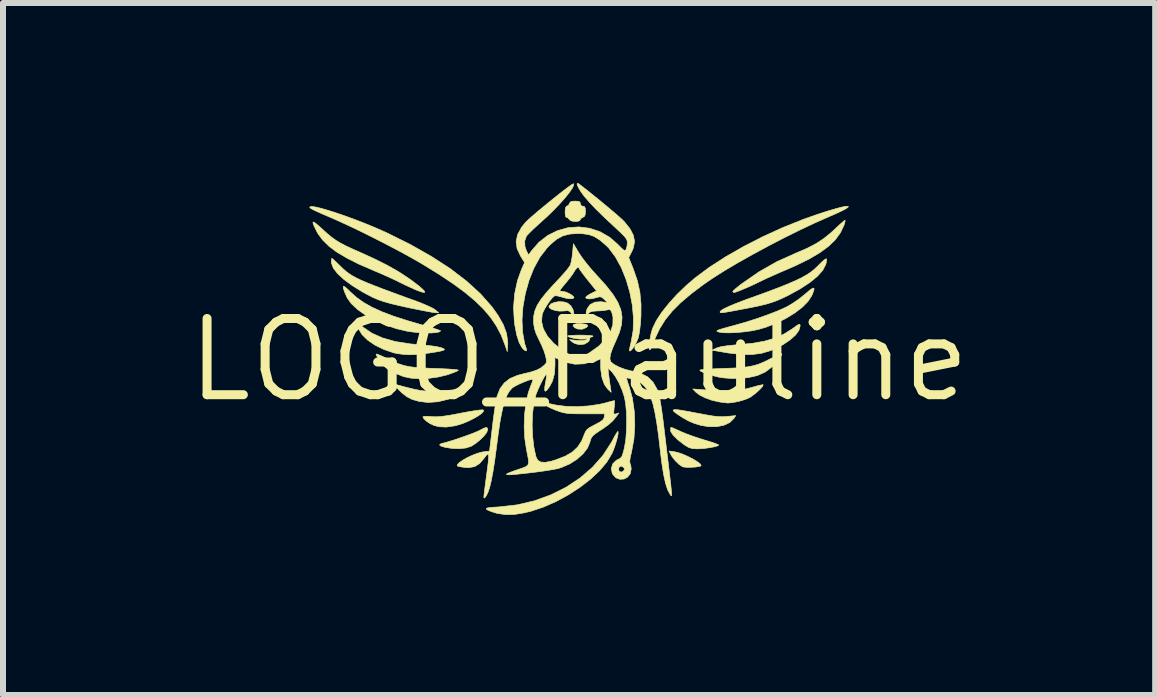
<source format=kicad_pcb>
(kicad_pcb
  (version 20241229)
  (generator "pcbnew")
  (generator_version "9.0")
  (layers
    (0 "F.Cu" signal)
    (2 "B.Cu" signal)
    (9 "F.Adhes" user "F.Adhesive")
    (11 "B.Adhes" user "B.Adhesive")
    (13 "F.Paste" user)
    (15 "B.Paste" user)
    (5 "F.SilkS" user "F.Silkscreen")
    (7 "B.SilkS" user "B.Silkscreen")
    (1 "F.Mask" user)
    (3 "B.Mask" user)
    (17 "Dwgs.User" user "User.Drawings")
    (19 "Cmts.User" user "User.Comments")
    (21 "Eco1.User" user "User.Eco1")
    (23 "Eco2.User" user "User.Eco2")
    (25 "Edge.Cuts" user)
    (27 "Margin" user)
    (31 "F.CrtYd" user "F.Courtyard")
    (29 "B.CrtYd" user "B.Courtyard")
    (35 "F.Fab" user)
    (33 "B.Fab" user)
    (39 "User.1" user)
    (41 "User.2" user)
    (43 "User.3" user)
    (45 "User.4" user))
  (footprint "LOGO_Pauline"
    (layer "F.Cu")
    (at 6.599 2.947)
    (property "Reference" "LOGO_Pauline" (at 0 0 0) (layer "F.SilkS") (effects (font (size 1.27 1.27) (thickness 0.15))))
    (attr through_hole)
    (fp_poly (pts (xy 0.101 -0.597) (xy 0.14 -0.582) (xy 0.14 -0.559) (xy 0.118 -0.538) (xy 0.05 -0.511) (xy -0.025 -0.515) (xy -0.073 -0.537) (xy -0.101 -0.568) (xy -0.09 -0.591) (xy -0.042 -0.604) (xy 0.021 -0.605) (xy 0.101 -0.597)) (stroke (width 0.01) (type solid)) (fill yes) (layer "F.SilkS"))
    (fp_poly (pts (xy 1.585 1.529) (xy 1.652 1.545) (xy 1.732 1.573) (xy 1.815 1.61) (xy 1.895 1.65) (xy 1.963 1.691) (xy 2.012 1.728) (xy 2.033 1.756) (xy 2.03 1.766) (xy 2 1.776) (xy 1.941 1.785) (xy 1.869 1.789) (xy 1.799 1.79) (xy 1.744 1.785) (xy 1.725 1.781) (xy 1.667 1.742) (xy 1.604 1.681) (xy 1.549 1.611) (xy 1.53 1.58) (xy 1.499 1.518) (xy 1.585 1.529)) (stroke (width 0.01) (type solid)) (fill yes) (layer "F.SilkS"))
    (fp_poly (pts (xy -0.253 -0.966) (xy -0.191 -0.946) (xy -0.139 -0.903) (xy -0.102 -0.842) (xy -0.087 -0.78) (xy -0.089 -0.767) (xy -0.097 -0.746) (xy -0.114 -0.757) (xy -0.13 -0.779) (xy -0.158 -0.81) (xy -0.192 -0.821) (xy -0.248 -0.816) (xy -0.259 -0.815) (xy -0.328 -0.813) (xy -0.398 -0.823) (xy -0.458 -0.843) (xy -0.496 -0.869) (xy -0.503 -0.894) (xy -0.47 -0.933) (xy -0.409 -0.959) (xy -0.332 -0.971) (xy -0.253 -0.966)) (stroke (width 0.01) (type solid)) (fill yes) (layer "F.SilkS"))
    (fp_poly (pts (xy 1.64 0.83) (xy 1.726 0.843) (xy 1.849 0.865) (xy 1.985 0.891) (xy 2.124 0.917) (xy 2.232 0.935) (xy 2.317 0.944) (xy 2.388 0.947) (xy 2.456 0.943) (xy 2.464 0.942) (xy 2.611 0.928) (xy 2.578 0.977) (xy 2.51 1.044) (xy 2.412 1.089) (xy 2.291 1.113) (xy 2.155 1.112) (xy 2.027 1.09) (xy 1.92 1.058) (xy 1.825 1.018) (xy 1.726 0.962) (xy 1.667 0.924) (xy 1.609 0.884) (xy 1.575 0.855) (xy 1.567 0.836) (xy 1.588 0.828) (xy 1.64 0.83)) (stroke (width 0.01) (type solid)) (fill yes) (layer "F.SilkS"))
    (fp_poly (pts (xy -3.048 0.411) (xy -2.889 0.454) (xy -2.76 0.486) (xy -2.652 0.508) (xy -2.555 0.52) (xy -2.458 0.525) (xy -2.353 0.522) (xy -2.228 0.512) (xy -2.074 0.497) (xy -2.048 0.494) (xy -1.97 0.49) (xy -1.932 0.499) (xy -1.935 0.521) (xy -1.978 0.556) (xy -2.022 0.583) (xy -2.178 0.654) (xy -2.349 0.697) (xy -2.522 0.709) (xy -2.667 0.691) (xy -2.78 0.659) (xy -2.869 0.614) (xy -2.953 0.548) (xy -3.006 0.496) (xy -3.054 0.444) (xy -3.076 0.416) (xy -3.072 0.407) (xy -3.048 0.411)) (stroke (width 0.01) (type solid)) (fill yes) (layer "F.SilkS"))
    (fp_poly (pts (xy -1.529 1.134) (xy -1.524 1.165) (xy -1.524 1.168) (xy -1.54 1.21) (xy -1.584 1.267) (xy -1.646 1.329) (xy -1.717 1.387) (xy -1.789 1.434) (xy -1.798 1.439) (xy -1.888 1.468) (xy -2.004 1.479) (xy -2.132 1.473) (xy -2.238 1.455) (xy -2.303 1.435) (xy -2.325 1.416) (xy -2.305 1.398) (xy -2.27 1.388) (xy -2.189 1.366) (xy -2.087 1.335) (xy -1.975 1.297) (xy -1.864 1.258) (xy -1.764 1.221) (xy -1.687 1.189) (xy -1.654 1.173) (xy -1.586 1.138) (xy -1.547 1.125) (xy -1.529 1.134)) (stroke (width 0.01) (type solid)) (fill yes) (layer "F.SilkS"))
    (fp_poly (pts (xy 1.553 1.13) (xy 1.603 1.152) (xy 1.673 1.183) (xy 1.696 1.194) (xy 1.784 1.231) (xy 1.896 1.272) (xy 2.016 1.312) (xy 2.09 1.335) (xy 2.183 1.363) (xy 2.259 1.388) (xy 2.31 1.408) (xy 2.328 1.418) (xy 2.309 1.432) (xy 2.258 1.447) (xy 2.186 1.461) (xy 2.103 1.473) (xy 2.019 1.48) (xy 1.968 1.482) (xy 1.887 1.477) (xy 1.826 1.459) (xy 1.761 1.42) (xy 1.755 1.416) (xy 1.644 1.33) (xy 1.568 1.256) (xy 1.529 1.196) (xy 1.524 1.171) (xy 1.527 1.133) (xy 1.532 1.122) (xy 1.553 1.13)) (stroke (width 0.01) (type solid)) (fill yes) (layer "F.SilkS"))
    (fp_poly (pts (xy 3.683 -0.578) (xy 3.683 -0.564) (xy 3.663 -0.493) (xy 3.607 -0.415) (xy 3.517 -0.335) (xy 3.399 -0.255) (xy 3.342 -0.224) (xy 3.191 -0.155) (xy 3.039 -0.11) (xy 2.877 -0.089) (xy 2.697 -0.091) (xy 2.49 -0.115) (xy 2.424 -0.126) (xy 2.212 -0.162) (xy 2.293 -0.199) (xy 2.364 -0.22) (xy 2.475 -0.237) (xy 2.623 -0.252) (xy 2.656 -0.254) (xy 2.89 -0.277) (xy 3.089 -0.312) (xy 3.261 -0.362) (xy 3.412 -0.43) (xy 3.55 -0.516) (xy 3.558 -0.522) (xy 3.622 -0.568) (xy 3.659 -0.591) (xy 3.677 -0.594) (xy 3.683 -0.578)) (stroke (width 0.01) (type solid)) (fill yes) (layer "F.SilkS"))
    (fp_poly (pts (xy -1.594 0.834) (xy -1.594 0.859) (xy -1.627 0.894) (xy -1.686 0.936) (xy -1.764 0.98) (xy -1.853 1.024) (xy -1.946 1.062) (xy -2.037 1.09) (xy -2.07 1.098) (xy -2.214 1.119) (xy -2.336 1.113) (xy -2.42 1.091) (xy -2.484 1.061) (xy -2.543 1.021) (xy -2.587 0.98) (xy -2.603 0.948) (xy -2.584 0.941) (xy -2.534 0.94) (xy -2.467 0.944) (xy -2.404 0.948) (xy -2.336 0.946) (xy -2.253 0.937) (xy -2.148 0.921) (xy -2.013 0.896) (xy -1.97 0.887) (xy -1.852 0.865) (xy -1.748 0.848) (xy -1.665 0.836) (xy -1.611 0.832) (xy -1.594 0.834)) (stroke (width 0.01) (type solid)) (fill yes) (layer "F.SilkS"))
    (fp_poly (pts (xy 3.067 0.414) (xy 3.061 0.435) (xy 3.03 0.473) (xy 2.981 0.521) (xy 2.925 0.569) (xy 2.868 0.611) (xy 2.847 0.625) (xy 2.772 0.658) (xy 2.674 0.687) (xy 2.572 0.709) (xy 2.485 0.718) (xy 2.467 0.717) (xy 2.421 0.712) (xy 2.353 0.703) (xy 2.32 0.697) (xy 2.21 0.671) (xy 2.102 0.632) (xy 2.01 0.586) (xy 1.946 0.538) (xy 1.945 0.537) (xy 1.895 0.484) (xy 2.117 0.501) (xy 2.319 0.514) (xy 2.488 0.516) (xy 2.632 0.507) (xy 2.762 0.488) (xy 2.878 0.458) (xy 2.959 0.435) (xy 3.023 0.42) (xy 3.061 0.413) (xy 3.067 0.414)) (stroke (width 0.01) (type solid)) (fill yes) (layer "F.SilkS"))
    (fp_poly (pts (xy -0.009 -2.642) (xy 0.016 -2.629) (xy 0.021 -2.603) (xy 0.036 -2.568) (xy 0.064 -2.561) (xy 0.091 -2.554) (xy 0.103 -2.526) (xy 0.106 -2.475) (xy 0.101 -2.415) (xy 0.084 -2.386) (xy 0.064 -2.377) (xy 0.029 -2.356) (xy 0.021 -2.336) (xy 0.003 -2.316) (xy -0.04 -2.307) (xy -0.092 -2.308) (xy -0.138 -2.319) (xy -0.162 -2.339) (xy -0.188 -2.367) (xy -0.203 -2.371) (xy -0.223 -2.386) (xy -0.232 -2.436) (xy -0.233 -2.466) (xy -0.228 -2.531) (xy -0.212 -2.559) (xy -0.204 -2.561) (xy -0.175 -2.579) (xy -0.163 -2.603) (xy -0.146 -2.632) (xy -0.108 -2.644) (xy -0.065 -2.646) (xy -0.009 -2.642)) (stroke (width 0.01) (type solid)) (fill yes) (layer "F.SilkS"))
    (fp_poly (pts (xy -3.675 -0.601) (xy -3.634 -0.574) (xy -3.6 -0.546) (xy -3.454 -0.446) (xy -3.275 -0.366) (xy -3.062 -0.306) (xy -2.814 -0.267) (xy -2.67 -0.254) (xy -2.51 -0.24) (xy -2.386 -0.224) (xy -2.3 -0.205) (xy -2.252 -0.185) (xy -2.244 -0.17) (xy -2.263 -0.159) (xy -2.316 -0.145) (xy -2.394 -0.131) (xy -2.488 -0.116) (xy -2.588 -0.103) (xy -2.687 -0.093) (xy -2.776 -0.087) (xy -2.83 -0.086) (xy -2.926 -0.092) (xy -3.026 -0.105) (xy -3.088 -0.118) (xy -3.253 -0.174) (xy -3.4 -0.246) (xy -3.523 -0.33) (xy -3.616 -0.421) (xy -3.666 -0.502) (xy -3.688 -0.558) (xy -3.698 -0.598) (xy -3.696 -0.608) (xy -3.675 -0.601)) (stroke (width 0.01) (type solid)) (fill yes) (layer "F.SilkS"))
    (fp_poly (pts (xy 0.11 -0.411) (xy 0.18 -0.407) (xy 0.224 -0.401) (xy 0.233 -0.397) (xy 0.216 -0.383) (xy 0.2 -0.381) (xy 0.178 -0.371) (xy 0.179 -0.361) (xy 0.175 -0.333) (xy 0.149 -0.297) (xy 0.088 -0.263) (xy 0.01 -0.254) (xy -0.067 -0.271) (xy -0.109 -0.296) (xy -0.159 -0.338) (xy -0.04 -0.325) (xy 0.051 -0.322) (xy 0.111 -0.333) (xy 0.119 -0.337) (xy 0.14 -0.352) (xy 0.127 -0.355) (xy 0.089 -0.348) (xy 0.039 -0.346) (xy -0.027 -0.351) (xy -0.095 -0.362) (xy -0.152 -0.377) (xy -0.186 -0.392) (xy -0.191 -0.399) (xy -0.171 -0.405) (xy -0.118 -0.409) (xy -0.04 -0.412) (xy 0.021 -0.413) (xy 0.11 -0.411)) (stroke (width 0.01) (type solid)) (fill yes) (layer "F.SilkS"))
    (fp_poly (pts (xy -3.898 -1.214) (xy -3.856 -1.177) (xy -3.809 -1.131) (xy -3.709 -1.041) (xy -3.591 -0.957) (xy -3.453 -0.879) (xy -3.289 -0.804) (xy -3.095 -0.73) (xy -2.866 -0.656) (xy -2.641 -0.59) (xy -2.529 -0.558) (xy -2.433 -0.53) (xy -2.36 -0.506) (xy -2.317 -0.49) (xy -2.307 -0.484) (xy -2.327 -0.467) (xy -2.38 -0.456) (xy -2.46 -0.449) (xy -2.558 -0.449) (xy -2.666 -0.454) (xy -2.776 -0.465) (xy -2.859 -0.477) (xy -3.045 -0.521) (xy -3.228 -0.583) (xy -3.4 -0.659) (xy -3.557 -0.745) (xy -3.69 -0.839) (xy -3.795 -0.937) (xy -3.864 -1.034) (xy -3.866 -1.039) (xy -3.907 -1.131) (xy -3.928 -1.194) (xy -3.928 -1.225) (xy -3.922 -1.228) (xy -3.898 -1.214)) (stroke (width 0.01) (type solid)) (fill yes) (layer "F.SilkS"))
    (fp_poly (pts (xy -3.358 -0.094) (xy -3.307 -0.073) (xy -3.237 -0.041) (xy -3.193 -0.019) (xy -3.094 0.029) (xy -3.007 0.065) (xy -2.923 0.092) (xy -2.833 0.112) (xy -2.729 0.125) (xy -2.602 0.134) (xy -2.443 0.141) (xy -2.408 0.142) (xy -2.283 0.147) (xy -2.175 0.152) (xy -2.089 0.159) (xy -2.032 0.165) (xy -2.011 0.171) (xy -2.011 0.172) (xy -2.03 0.185) (xy -2.08 0.207) (xy -2.152 0.233) (xy -2.185 0.245) (xy -2.337 0.283) (xy -2.498 0.306) (xy -2.657 0.313) (xy -2.803 0.304) (xy -2.921 0.279) (xy -3.062 0.224) (xy -3.173 0.166) (xy -3.248 0.106) (xy -3.251 0.103) (xy -3.3 0.043) (xy -3.342 -0.016) (xy -3.371 -0.065) (xy -3.382 -0.095) (xy -3.381 -0.098) (xy -3.358 -0.094)) (stroke (width 0.01) (type solid)) (fill yes) (layer "F.SilkS"))
    (fp_poly (pts (xy 3.378 -0.092) (xy 3.36 -0.055) (xy 3.324 -0.004) (xy 3.275 0.054) (xy 3.221 0.111) (xy 3.216 0.115) (xy 3.103 0.201) (xy 2.971 0.26) (xy 2.813 0.296) (xy 2.667 0.308) (xy 2.532 0.309) (xy 2.405 0.299) (xy 2.328 0.287) (xy 2.234 0.264) (xy 2.147 0.238) (xy 2.074 0.211) (xy 2.026 0.187) (xy 2.011 0.17) (xy 2.031 0.165) (xy 2.087 0.159) (xy 2.172 0.153) (xy 2.28 0.147) (xy 2.404 0.142) (xy 2.408 0.142) (xy 2.576 0.136) (xy 2.71 0.127) (xy 2.819 0.114) (xy 2.913 0.095) (xy 3 0.068) (xy 3.088 0.031) (xy 3.186 -0.018) (xy 3.197 -0.023) (xy 3.271 -0.061) (xy 3.332 -0.09) (xy 3.368 -0.105) (xy 3.373 -0.106) (xy 3.378 -0.092)) (stroke (width 0.01) (type solid)) (fill yes) (layer "F.SilkS"))
    (fp_poly (pts (xy 3.915 -1.194) (xy 3.912 -1.159) (xy 3.886 -1.091) (xy 3.876 -1.069) (xy 3.815 -0.975) (xy 3.719 -0.878) (xy 3.594 -0.782) (xy 3.447 -0.692) (xy 3.285 -0.612) (xy 3.114 -0.545) (xy 2.985 -0.507) (xy 2.877 -0.485) (xy 2.753 -0.468) (xy 2.625 -0.456) (xy 2.504 -0.451) (xy 2.403 -0.453) (xy 2.339 -0.462) (xy 2.307 -0.471) (xy 2.295 -0.481) (xy 2.308 -0.493) (xy 2.349 -0.508) (xy 2.422 -0.53) (xy 2.531 -0.56) (xy 2.561 -0.568) (xy 2.76 -0.624) (xy 2.956 -0.686) (xy 3.14 -0.751) (xy 3.304 -0.814) (xy 3.439 -0.874) (xy 3.471 -0.89) (xy 3.566 -0.947) (xy 3.67 -1.019) (xy 3.762 -1.093) (xy 3.773 -1.102) (xy 3.847 -1.165) (xy 3.894 -1.196) (xy 3.915 -1.194)) (stroke (width 0.01) (type solid)) (fill yes) (layer "F.SilkS"))
    (fp_poly (pts (xy -4.397 -2.282) (xy -4.339 -2.233) (xy -4.294 -2.193) (xy -4.207 -2.114) (xy -4.131 -2.05) (xy -4.058 -1.997) (xy -3.978 -1.948) (xy -3.884 -1.899) (xy -3.766 -1.844) (xy -3.641 -1.789) (xy -3.4 -1.679) (xy -3.194 -1.575) (xy -3.013 -1.473) (xy -2.851 -1.367) (xy -2.778 -1.315) (xy -2.673 -1.235) (xy -2.605 -1.176) (xy -2.572 -1.139) (xy -2.575 -1.124) (xy -2.613 -1.129) (xy -2.688 -1.155) (xy -2.731 -1.172) (xy -2.806 -1.206) (xy -2.901 -1.25) (xy -2.997 -1.297) (xy -3.016 -1.307) (xy -3.108 -1.351) (xy -3.222 -1.403) (xy -3.343 -1.456) (xy -3.429 -1.492) (xy -3.669 -1.596) (xy -3.869 -1.697) (xy -4.035 -1.795) (xy -4.168 -1.895) (xy -4.272 -1.997) (xy -4.351 -2.104) (xy -4.377 -2.152) (xy -4.417 -2.235) (xy -4.435 -2.284) (xy -4.429 -2.299) (xy -4.397 -2.282)) (stroke (width 0.01) (type solid)) (fill yes) (layer "F.SilkS"))
    (fp_poly (pts (xy 0.651 1.22) (xy 0.642 1.277) (xy 0.622 1.353) (xy 0.596 1.437) (xy 0.565 1.519) (xy 0.546 1.563) (xy 0.461 1.704) (xy 0.34 1.847) (xy 0.189 1.988) (xy 0.014 2.123) (xy -0.178 2.248) (xy -0.382 2.359) (xy -0.592 2.451) (xy -0.801 2.521) (xy -0.917 2.549) (xy -1.079 2.575) (xy -1.22 2.578) (xy -1.355 2.559) (xy -1.397 2.548) (xy -1.466 2.526) (xy -1.521 2.503) (xy -1.541 2.49) (xy -1.547 2.477) (xy -1.53 2.468) (xy -1.487 2.46) (xy -1.411 2.454) (xy -1.329 2.449) (xy -1.032 2.415) (xy -0.745 2.348) (xy -0.472 2.249) (xy -0.217 2.122) (xy 0.016 1.968) (xy 0.222 1.79) (xy 0.398 1.591) (xy 0.54 1.372) (xy 0.552 1.35) (xy 0.591 1.277) (xy 0.623 1.222) (xy 0.644 1.193) (xy 0.648 1.191) (xy 0.651 1.22)) (stroke (width 0.01) (type solid)) (fill yes) (layer "F.SilkS"))
    (fp_poly (pts (xy 4.432 -2.311) (xy 4.421 -2.266) (xy 4.413 -2.243) (xy 4.355 -2.12) (xy 4.271 -2.004) (xy 4.156 -1.893) (xy 4.009 -1.785) (xy 3.827 -1.678) (xy 3.607 -1.571) (xy 3.461 -1.507) (xy 3.342 -1.456) (xy 3.223 -1.403) (xy 3.115 -1.355) (xy 3.032 -1.315) (xy 3.015 -1.307) (xy 2.929 -1.265) (xy 2.836 -1.222) (xy 2.745 -1.183) (xy 2.665 -1.15) (xy 2.606 -1.129) (xy 2.579 -1.122) (xy 2.561 -1.137) (xy 2.561 -1.139) (xy 2.577 -1.159) (xy 2.619 -1.196) (xy 2.68 -1.245) (xy 2.704 -1.264) (xy 2.997 -1.467) (xy 3.294 -1.636) (xy 3.605 -1.776) (xy 3.614 -1.78) (xy 3.794 -1.857) (xy 3.944 -1.935) (xy 4.075 -2.02) (xy 4.198 -2.12) (xy 4.245 -2.163) (xy 4.315 -2.229) (xy 4.374 -2.282) (xy 4.415 -2.317) (xy 4.431 -2.328) (xy 4.432 -2.311)) (stroke (width 0.01) (type solid)) (fill yes) (layer "F.SilkS"))
    (fp_poly (pts (xy -4.101 -1.679) (xy -4.061 -1.642) (xy -4.005 -1.589) (xy -3.976 -1.56) (xy -3.93 -1.516) (xy -3.886 -1.477) (xy -3.838 -1.441) (xy -3.783 -1.405) (xy -3.718 -1.369) (xy -3.639 -1.331) (xy -3.542 -1.289) (xy -3.423 -1.241) (xy -3.278 -1.185) (xy -3.105 -1.121) (xy -2.898 -1.045) (xy -2.701 -0.974) (xy -2.6 -0.934) (xy -2.508 -0.895) (xy -2.436 -0.86) (xy -2.395 -0.834) (xy -2.395 -0.833) (xy -2.339 -0.785) (xy -2.392 -0.786) (xy -2.429 -0.79) (xy -2.5 -0.803) (xy -2.597 -0.821) (xy -2.712 -0.844) (xy -2.826 -0.867) (xy -2.998 -0.905) (xy -3.136 -0.938) (xy -3.25 -0.97) (xy -3.349 -1.004) (xy -3.439 -1.043) (xy -3.531 -1.09) (xy -3.606 -1.131) (xy -3.779 -1.238) (xy -3.919 -1.341) (xy -4.025 -1.439) (xy -4.095 -1.53) (xy -4.126 -1.612) (xy -4.128 -1.633) (xy -4.125 -1.676) (xy -4.119 -1.693) (xy -4.101 -1.679)) (stroke (width 0.01) (type solid)) (fill yes) (layer "F.SilkS"))
    (fp_poly (pts (xy 4.121 -1.686) (xy 4.124 -1.659) (xy 4.115 -1.608) (xy 4.11 -1.59) (xy 4.061 -1.495) (xy 3.973 -1.395) (xy 3.846 -1.291) (xy 3.683 -1.184) (xy 3.484 -1.075) (xy 3.482 -1.074) (xy 3.385 -1.027) (xy 3.297 -0.989) (xy 3.209 -0.957) (xy 3.112 -0.928) (xy 2.999 -0.901) (xy 2.859 -0.872) (xy 2.723 -0.846) (xy 2.59 -0.821) (xy 2.493 -0.803) (xy 2.427 -0.792) (xy 2.385 -0.787) (xy 2.362 -0.786) (xy 2.352 -0.79) (xy 2.35 -0.797) (xy 2.349 -0.8) (xy 2.366 -0.823) (xy 2.416 -0.854) (xy 2.501 -0.894) (xy 2.622 -0.944) (xy 2.782 -1.005) (xy 2.891 -1.044) (xy 3.115 -1.125) (xy 3.304 -1.196) (xy 3.46 -1.258) (xy 3.589 -1.313) (xy 3.695 -1.363) (xy 3.782 -1.411) (xy 3.855 -1.458) (xy 3.917 -1.507) (xy 3.973 -1.56) (xy 3.985 -1.572) (xy 4.042 -1.629) (xy 4.089 -1.669) (xy 4.117 -1.686) (xy 4.121 -1.686)) (stroke (width 0.01) (type solid)) (fill yes) (layer "F.SilkS"))
    (fp_poly (pts (xy -4.386 -2.547) (xy -4.292 -2.524) (xy -4.175 -2.49) (xy -4.04 -2.447) (xy -3.892 -2.396) (xy -3.737 -2.339) (xy -3.579 -2.278) (xy -3.425 -2.215) (xy -3.278 -2.151) (xy -3.211 -2.121) (xy -2.814 -1.924) (xy -2.459 -1.723) (xy -2.146 -1.52) (xy -1.874 -1.312) (xy -1.643 -1.101) (xy -1.453 -0.886) (xy -1.352 -0.745) (xy -1.262 -0.586) (xy -1.208 -0.439) (xy -1.189 -0.298) (xy -1.189 -0.25) (xy -1.196 -0.138) (xy -1.236 -0.254) (xy -1.298 -0.413) (xy -1.377 -0.563) (xy -1.473 -0.706) (xy -1.591 -0.846) (xy -1.734 -0.985) (xy -1.904 -1.127) (xy -2.105 -1.274) (xy -2.34 -1.43) (xy -2.603 -1.592) (xy -2.77 -1.689) (xy -2.966 -1.797) (xy -3.182 -1.911) (xy -3.407 -2.026) (xy -3.633 -2.139) (xy -3.849 -2.242) (xy -4.046 -2.332) (xy -4.149 -2.377) (xy -4.275 -2.431) (xy -4.367 -2.472) (xy -4.429 -2.501) (xy -4.467 -2.522) (xy -4.485 -2.536) (xy -4.487 -2.546) (xy -4.483 -2.551) (xy -4.451 -2.556) (xy -4.386 -2.547)) (stroke (width 0.01) (type solid)) (fill yes) (layer "F.SilkS"))
    (fp_poly (pts (xy 4.484 -2.547) (xy 4.447 -2.52) (xy 4.373 -2.481) (xy 4.259 -2.428) (xy 4.175 -2.392) (xy 3.931 -2.284) (xy 3.674 -2.163) (xy 3.41 -2.032) (xy 3.146 -1.895) (xy 2.889 -1.756) (xy 2.645 -1.619) (xy 2.421 -1.486) (xy 2.224 -1.361) (xy 2.075 -1.259) (xy 1.867 -1.102) (xy 1.694 -0.955) (xy 1.552 -0.813) (xy 1.436 -0.67) (xy 1.344 -0.523) (xy 1.269 -0.365) (xy 1.237 -0.28) (xy 1.212 -0.217) (xy 1.19 -0.176) (xy 1.176 -0.167) (xy 1.176 -0.168) (xy 1.169 -0.206) (xy 1.172 -0.272) (xy 1.183 -0.355) (xy 1.2 -0.441) (xy 1.222 -0.518) (xy 1.227 -0.53) (xy 1.286 -0.653) (xy 1.377 -0.792) (xy 1.494 -0.939) (xy 1.631 -1.091) (xy 1.785 -1.239) (xy 1.926 -1.361) (xy 2.166 -1.54) (xy 2.442 -1.718) (xy 2.744 -1.891) (xy 3.067 -2.056) (xy 3.403 -2.209) (xy 3.744 -2.345) (xy 3.96 -2.421) (xy 4.132 -2.477) (xy 4.271 -2.518) (xy 4.376 -2.546) (xy 4.448 -2.56) (xy 4.484 -2.56) (xy 4.484 -2.547)) (stroke (width 0.01) (type solid)) (fill yes) (layer "F.SilkS"))
    (fp_poly (pts (xy -0.007 -2.936) (xy 0.005 -2.927) (xy 0.117 -2.84) (xy 0.235 -2.745) (xy 0.355 -2.648) (xy 0.469 -2.553) (xy 0.573 -2.466) (xy 0.66 -2.391) (xy 0.724 -2.333) (xy 0.755 -2.302) (xy 0.849 -2.184) (xy 0.905 -2.076) (xy 0.924 -1.973) (xy 0.906 -1.87) (xy 0.881 -1.811) (xy 0.827 -1.706) (xy 0.902 -1.519) (xy 0.971 -1.32) (xy 1.013 -1.129) (xy 1.032 -0.929) (xy 1.031 -0.73) (xy 1.024 -0.618) (xy 1.012 -0.51) (xy 0.998 -0.42) (xy 0.987 -0.37) (xy 0.961 -0.306) (xy 0.928 -0.242) (xy 0.892 -0.188) (xy 0.861 -0.154) (xy 0.841 -0.148) (xy 0.84 -0.148) (xy 0.84 -0.172) (xy 0.85 -0.226) (xy 0.867 -0.298) (xy 0.869 -0.307) (xy 0.901 -0.493) (xy 0.906 -0.698) (xy 0.887 -0.913) (xy 0.845 -1.13) (xy 0.783 -1.341) (xy 0.703 -1.539) (xy 0.606 -1.715) (xy 0.496 -1.862) (xy 0.449 -1.909) (xy 0.346 -1.997) (xy 0.254 -2.056) (xy 0.159 -2.089) (xy 0.049 -2.104) (xy -0.021 -2.106) (xy -0.155 -2.097) (xy -0.268 -2.068) (xy -0.371 -2.013) (xy -0.474 -1.927) (xy -0.536 -1.863) (xy -0.653 -1.711) (xy -0.753 -1.529) (xy -0.834 -1.326) (xy -0.895 -1.109) (xy -0.935 -0.887) (xy -0.951 -0.668) (xy -0.941 -0.459) (xy -0.906 -0.269) (xy -0.878 -0.185) (xy -0.874 -0.154) (xy -0.892 -0.151) (xy -0.924 -0.174) (xy -0.951 -0.204) (xy -0.999 -0.29) (xy -1.039 -0.416) (xy -1.071 -0.581) (xy -1.08 -0.653) (xy -1.092 -0.876) (xy -1.073 -1.103) (xy -1.026 -1.323) (xy -0.961 -1.503) (xy -0.908 -1.623) (xy -0.977 -1.734) (xy -1.033 -1.855) (xy -1.049 -1.972) (xy -1.024 -2.09) (xy -0.958 -2.21) (xy -0.893 -2.291) (xy -0.854 -2.329) (xy -0.793 -2.384) (xy -0.713 -2.453) (xy -0.622 -2.529) (xy -0.523 -2.61) (xy -0.423 -2.691) (xy -0.328 -2.767) (xy -0.241 -2.834) (xy -0.17 -2.887) (xy -0.119 -2.923) (xy -0.094 -2.936) (xy -0.093 -2.936) (xy -0.092 -2.907) (xy -0.118 -2.853) (xy -0.169 -2.781) (xy -0.24 -2.693) (xy -0.327 -2.596) (xy -0.426 -2.493) (xy -0.534 -2.388) (xy -0.604 -2.325) (xy -0.691 -2.246) (xy -0.769 -2.174) (xy -0.83 -2.114) (xy -0.869 -2.073) (xy -0.878 -2.062) (xy -0.906 -1.982) (xy -0.902 -1.889) (xy -0.876 -1.815) (xy -0.841 -1.749) (xy -0.798 -1.811) (xy -0.67 -1.959) (xy -0.522 -2.074) (xy -0.358 -2.155) (xy -0.184 -2.203) (xy -0.005 -2.216) (xy 0.174 -2.194) (xy 0.347 -2.137) (xy 0.509 -2.044) (xy 0.642 -1.928) (xy 0.702 -1.867) (xy 0.74 -1.833) (xy 0.763 -1.823) (xy 0.777 -1.832) (xy 0.783 -1.842) (xy 0.798 -1.891) (xy 0.804 -1.951) (xy 0.801 -1.985) (xy 0.786 -2.018) (xy 0.756 -2.058) (xy 0.704 -2.111) (xy 0.626 -2.184) (xy 0.619 -2.19) (xy 0.437 -2.36) (xy 0.288 -2.505) (xy 0.17 -2.629) (xy 0.081 -2.733) (xy 0.032 -2.8) (xy -0.01 -2.87) (xy -0.032 -2.919) (xy -0.031 -2.942) (xy -0.007 -2.936)) (stroke (width 0.01) (type solid)) (fill yes) (layer "F.SilkS"))
    (fp_poly (pts (xy 0 -1.778) (xy 0.052 -1.701) (xy 0.125 -1.606) (xy 0.209 -1.505) (xy 0.296 -1.408) (xy 0.304 -1.4) (xy 0.451 -1.237) (xy 0.565 -1.091) (xy 0.646 -0.959) (xy 0.696 -0.835) (xy 0.716 -0.714) (xy 0.708 -0.591) (xy 0.673 -0.461) (xy 0.615 -0.323) (xy 0.558 -0.194) (xy 0.524 -0.096) (xy 0.513 -0.024) (xy 0.524 0.024) (xy 0.531 0.034) (xy 0.583 0.076) (xy 0.665 0.119) (xy 0.763 0.156) (xy 0.866 0.183) (xy 0.882 0.186) (xy 1.029 0.224) (xy 1.143 0.283) (xy 1.231 0.369) (xy 1.298 0.486) (xy 1.322 0.547) (xy 1.336 0.6) (xy 1.352 0.685) (xy 1.37 0.793) (xy 1.387 0.914) (xy 1.396 0.981) (xy 1.429 1.25) (xy 1.456 1.479) (xy 1.48 1.672) (xy 1.499 1.832) (xy 1.514 1.961) (xy 1.526 2.063) (xy 1.534 2.141) (xy 1.54 2.197) (xy 1.542 2.235) (xy 1.542 2.256) (xy 1.539 2.265) (xy 1.534 2.264) (xy 1.528 2.257) (xy 1.52 2.245) (xy 1.512 2.233) (xy 1.475 2.163) (xy 1.44 2.054) (xy 1.408 1.907) (xy 1.378 1.718) (xy 1.354 1.521) (xy 1.325 1.268) (xy 1.295 1.055) (xy 1.264 0.876) (xy 1.23 0.73) (xy 1.191 0.612) (xy 1.147 0.518) (xy 1.096 0.446) (xy 1.038 0.392) (xy 0.969 0.351) (xy 0.91 0.328) (xy 0.849 0.31) (xy 0.806 0.3) (xy 0.793 0.3) (xy 0.796 0.323) (xy 0.81 0.374) (xy 0.834 0.443) (xy 0.835 0.445) (xy 0.889 0.64) (xy 0.92 0.859) (xy 0.928 1.088) (xy 0.914 1.316) (xy 0.875 1.529) (xy 0.871 1.545) (xy 0.851 1.632) (xy 0.844 1.694) (xy 0.849 1.724) (xy 0.861 1.757) (xy 0.868 1.812) (xy 0.868 1.821) (xy 0.851 1.899) (xy 0.807 1.954) (xy 0.747 1.985) (xy 0.679 1.989) (xy 0.615 1.965) (xy 0.563 1.909) (xy 0.551 1.885) (xy 0.54 1.821) (xy 0.656 1.821) (xy 0.671 1.86) (xy 0.705 1.869) (xy 0.739 1.851) (xy 0.758 1.82) (xy 0.743 1.791) (xy 0.705 1.77) (xy 0.671 1.782) (xy 0.656 1.821) (xy 0.54 1.821) (xy 0.538 1.804) (xy 0.562 1.73) (xy 0.62 1.673) (xy 0.648 1.659) (xy 0.683 1.641) (xy 0.708 1.617) (xy 0.726 1.575) (xy 0.745 1.506) (xy 0.755 1.466) (xy 0.777 1.338) (xy 0.789 1.186) (xy 0.793 1.025) (xy 0.789 0.866) (xy 0.775 0.724) (xy 0.754 0.614) (xy 0.714 0.495) (xy 0.663 0.379) (xy 0.605 0.277) (xy 0.549 0.201) (xy 0.535 0.187) (xy 0.481 0.138) (xy 0.494 0.254) (xy 0.505 0.339) (xy 0.517 0.422) (xy 0.522 0.455) (xy 0.535 0.54) (xy 0.48 0.489) (xy 0.423 0.411) (xy 0.382 0.3) (xy 0.362 0.166) (xy 0.36 0.103) (xy 0.36 -0.04) (xy 0.238 0.017) (xy 0.086 0.065) (xy -0.071 0.072) (xy -0.227 0.038) (xy -0.28 0.016) (xy -0.402 -0.04) (xy -0.402 0.091) (xy -0.412 0.235) (xy -0.443 0.352) (xy -0.492 0.445) (xy -0.536 0.503) (xy -0.563 0.523) (xy -0.574 0.505) (xy -0.571 0.447) (xy -0.561 0.387) (xy -0.548 0.315) (xy -0.541 0.261) (xy -0.54 0.236) (xy -0.54 0.236) (xy -0.555 0.246) (xy -0.582 0.287) (xy -0.616 0.349) (xy -0.652 0.423) (xy -0.687 0.5) (xy -0.716 0.572) (xy -0.723 0.593) (xy -0.756 0.733) (xy -0.776 0.902) (xy -0.782 1.086) (xy -0.774 1.274) (xy -0.753 1.455) (xy -0.719 1.612) (xy -0.69 1.67) (xy -0.639 1.702) (xy -0.564 1.707) (xy -0.46 1.687) (xy -0.382 1.663) (xy -0.229 1.603) (xy -0.111 1.534) (xy -0.023 1.451) (xy 0.044 1.348) (xy 0.088 1.238) (xy 0.108 1.192) (xy 0.135 1.157) (xy 0.181 1.124) (xy 0.256 1.084) (xy 0.265 1.079) (xy 0.344 1.037) (xy 0.391 1.004) (xy 0.413 0.974) (xy 0.419 0.952) (xy 0.425 0.898) (xy 0.102 0.898) (xy -0.026 0.898) (xy -0.121 0.896) (xy -0.193 0.891) (xy -0.252 0.881) (xy -0.308 0.867) (xy -0.371 0.845) (xy -0.38 0.842) (xy -0.461 0.808) (xy -0.532 0.773) (xy -0.577 0.742) (xy -0.581 0.739) (xy -0.607 0.708) (xy -0.604 0.701) (xy -0.587 0.706) (xy -0.55 0.716) (xy -0.484 0.731) (xy -0.401 0.749) (xy -0.376 0.754) (xy -0.216 0.774) (xy -0.034 0.779) (xy 0.155 0.767) (xy 0.335 0.741) (xy 0.423 0.721) (xy 0.499 0.7) (xy 0.558 0.685) (xy 0.588 0.678) (xy 0.59 0.678) (xy 0.593 0.696) (xy 0.59 0.745) (xy 0.585 0.795) (xy 0.578 0.862) (xy 0.579 0.895) (xy 0.591 0.905) (xy 0.617 0.899) (xy 0.663 0.884) (xy 0.619 0.945) (xy 0.563 1.014) (xy 0.493 1.077) (xy 0.4 1.144) (xy 0.359 1.17) (xy 0.281 1.222) (xy 0.232 1.262) (xy 0.203 1.3) (xy 0.186 1.347) (xy 0.181 1.369) (xy 0.141 1.467) (xy 0.066 1.565) (xy -0.036 1.656) (xy -0.157 1.733) (xy -0.29 1.791) (xy -0.343 1.808) (xy -0.41 1.822) (xy -0.509 1.839) (xy -0.628 1.857) (xy -0.758 1.874) (xy -0.835 1.883) (xy -0.988 1.9) (xy -1.1 1.911) (xy -1.173 1.915) (xy -1.208 1.911) (xy -1.207 1.901) (xy -1.17 1.882) (xy -1.1 1.855) (xy -1.016 1.826) (xy -0.936 1.799) (xy -0.883 1.776) (xy -0.852 1.749) (xy -0.841 1.71) (xy -0.846 1.65) (xy -0.863 1.562) (xy -0.877 1.492) (xy -0.905 1.307) (xy -0.915 1.108) (xy -0.908 0.908) (xy -0.885 0.716) (xy -0.846 0.545) (xy -0.805 0.431) (xy -0.782 0.374) (xy -0.77 0.334) (xy -0.769 0.324) (xy -0.795 0.325) (xy -0.847 0.34) (xy -0.914 0.366) (xy -0.987 0.397) (xy -1.053 0.43) (xy -1.102 0.458) (xy -1.115 0.469) (xy -1.158 0.517) (xy -1.196 0.579) (xy -1.23 0.658) (xy -1.261 0.759) (xy -1.29 0.885) (xy -1.319 1.041) (xy -1.347 1.231) (xy -1.376 1.454) (xy -1.406 1.678) (xy -1.435 1.863) (xy -1.463 2.012) (xy -1.491 2.127) (xy -1.52 2.212) (xy -1.55 2.27) (xy -1.554 2.276) (xy -1.578 2.302) (xy -1.586 2.292) (xy -1.587 2.285) (xy -1.584 2.253) (xy -1.577 2.188) (xy -1.565 2.097) (xy -1.551 1.99) (xy -1.544 1.939) (xy -1.525 1.795) (xy -1.512 1.689) (xy -1.507 1.619) (xy -1.51 1.581) (xy -1.522 1.571) (xy -1.542 1.586) (xy -1.571 1.623) (xy -1.581 1.637) (xy -1.657 1.726) (xy -1.738 1.777) (xy -1.833 1.795) (xy -1.901 1.792) (xy -1.967 1.783) (xy -2.014 1.773) (xy -2.029 1.767) (xy -2.027 1.743) (xy -1.994 1.709) (xy -1.936 1.67) (xy -1.862 1.628) (xy -1.779 1.589) (xy -1.696 1.557) (xy -1.62 1.536) (xy -1.591 1.531) (xy -1.492 1.519) (xy -1.444 1.112) (xy -1.428 0.978) (xy -1.41 0.851) (xy -1.393 0.741) (xy -1.378 0.656) (xy -1.367 0.605) (xy -1.317 0.48) (xy -1.247 0.384) (xy -1.153 0.311) (xy -1.028 0.258) (xy -0.917 0.229) (xy -0.797 0.2) (xy -0.708 0.17) (xy -0.641 0.136) (xy -0.586 0.094) (xy -0.579 0.087) (xy -0.553 0.059) (xy -0.543 0.03) (xy -0.547 -0.015) (xy -0.559 -0.068) (xy -0.582 -0.143) (xy -0.62 -0.235) (xy -0.663 -0.327) (xy -0.668 -0.336) (xy -0.715 -0.435) (xy -0.743 -0.519) (xy -0.757 -0.605) (xy -0.758 -0.628) (xy -0.758 -0.64) (xy -0.625 -0.64) (xy -0.596 -0.519) (xy -0.529 -0.398) (xy -0.427 -0.281) (xy -0.292 -0.171) (xy -0.261 -0.15) (xy -0.159 -0.088) (xy -0.078 -0.053) (xy -0.007 -0.045) (xy 0.066 -0.062) (xy 0.15 -0.105) (xy 0.172 -0.118) (xy 0.324 -0.226) (xy 0.442 -0.342) (xy 0.522 -0.463) (xy 0.563 -0.587) (xy 0.565 -0.712) (xy 0.548 -0.782) (xy 0.528 -0.827) (xy 0.503 -0.84) (xy 0.468 -0.833) (xy 0.415 -0.823) (xy 0.34 -0.817) (xy 0.3 -0.816) (xy 0.223 -0.81) (xy 0.177 -0.794) (xy 0.159 -0.777) (xy 0.132 -0.752) (xy 0.118 -0.762) (xy 0.118 -0.798) (xy 0.134 -0.853) (xy 0.184 -0.922) (xy 0.262 -0.962) (xy 0.362 -0.97) (xy 0.385 -0.967) (xy 0.472 -0.956) (xy 0.418 -1.01) (xy 0.377 -1.045) (xy 0.341 -1.052) (xy 0.295 -1.04) (xy 0.226 -1.022) (xy 0.166 -1.016) (xy 0.123 -1.023) (xy 0.11 -1.041) (xy 0.11 -1.042) (xy 0.133 -1.067) (xy 0.181 -1.097) (xy 0.204 -1.109) (xy 0.29 -1.15) (xy 0.145 -1.33) (xy 0.086 -1.405) (xy 0.039 -1.468) (xy 0.008 -1.511) (xy 0 -1.528) (xy -0.01 -1.547) (xy -0.034 -1.535) (xy -0.064 -1.5) (xy -0.075 -1.481) (xy -0.104 -1.434) (xy -0.152 -1.368) (xy -0.21 -1.296) (xy -0.224 -1.28) (xy -0.279 -1.213) (xy -0.31 -1.173) (xy -0.319 -1.152) (xy -0.309 -1.144) (xy -0.281 -1.143) (xy -0.281 -1.143) (xy -0.229 -1.133) (xy -0.17 -1.109) (xy -0.119 -1.078) (xy -0.088 -1.048) (xy -0.085 -1.037) (xy -0.103 -1.021) (xy -0.151 -1.018) (xy -0.219 -1.028) (xy -0.29 -1.048) (xy -0.351 -1.064) (xy -0.397 -1.07) (xy -0.407 -1.068) (xy -0.441 -1.04) (xy -0.486 -0.986) (xy -0.534 -0.916) (xy -0.578 -0.843) (xy -0.608 -0.778) (xy -0.615 -0.756) (xy -0.625 -0.64) (xy -0.758 -0.64) (xy -0.757 -0.723) (xy -0.738 -0.815) (xy -0.699 -0.908) (xy -0.635 -1.009) (xy -0.545 -1.122) (xy -0.425 -1.255) (xy -0.4 -1.281) (xy -0.319 -1.368) (xy -0.246 -1.449) (xy -0.189 -1.517) (xy -0.154 -1.566) (xy -0.145 -1.581) (xy -0.131 -1.633) (xy -0.117 -1.709) (xy -0.108 -1.788) (xy -0.095 -1.936) (xy 0 -1.778)) (stroke (width 0.01) (type solid)) (fill yes) (layer "F.SilkS")))
  (gr_rect
    (start -3 -3)
    (end 16.198 8.53)
    (stroke (width 0.1) (type default))
    (fill no)
    (layer "Edge.Cuts")))
</source>
